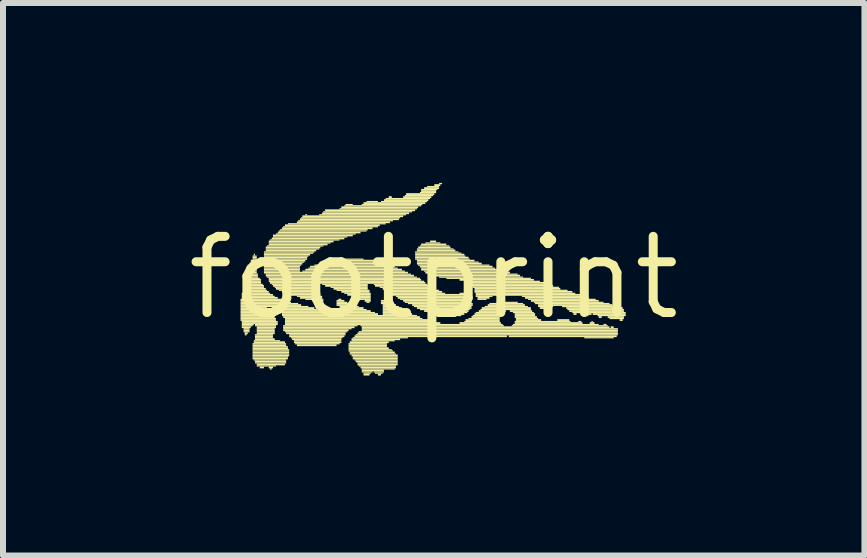
<source format=kicad_pcb>
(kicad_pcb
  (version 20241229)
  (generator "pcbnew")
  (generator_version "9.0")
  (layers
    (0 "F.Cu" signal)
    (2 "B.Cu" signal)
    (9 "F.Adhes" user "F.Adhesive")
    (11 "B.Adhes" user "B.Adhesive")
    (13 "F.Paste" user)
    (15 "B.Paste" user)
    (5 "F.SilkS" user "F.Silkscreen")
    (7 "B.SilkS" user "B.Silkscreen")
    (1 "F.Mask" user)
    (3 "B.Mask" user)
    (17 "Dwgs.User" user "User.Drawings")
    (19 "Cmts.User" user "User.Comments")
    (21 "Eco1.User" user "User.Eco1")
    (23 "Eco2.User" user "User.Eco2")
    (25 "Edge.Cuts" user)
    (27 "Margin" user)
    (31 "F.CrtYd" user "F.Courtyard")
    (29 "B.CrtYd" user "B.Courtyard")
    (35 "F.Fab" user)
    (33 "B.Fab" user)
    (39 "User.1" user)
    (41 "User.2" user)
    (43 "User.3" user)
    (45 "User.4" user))
  (footprint "footprint"
    (layer "F.Cu")
    (at 4.18 1.58)
    (property "Reference" "footprint" (at 0 0 0) (layer "F.SilkS") (effects (font (size 1.27 1.27) (thickness 0.15))))
    (fp_poly (pts (xy -3.22 0.37) (xy -2.53 0.37) (xy -2.53 0.35) (xy -3.22 0.35)) (stroke (width 0) (type solid)) (fill yes) (layer "F.SilkS"))
    (fp_poly (pts (xy -3.22 0.4) (xy -2.48 0.4) (xy -2.48 0.37) (xy -3.22 0.37)) (stroke (width 0) (type solid)) (fill yes) (layer "F.SilkS"))
    (fp_poly (pts (xy -3.22 0.42) (xy -2.38 0.42) (xy -2.38 0.4) (xy -3.22 0.4)) (stroke (width 0) (type solid)) (fill yes) (layer "F.SilkS"))
    (fp_poly (pts (xy -3.22 0.44) (xy -2.26 0.44) (xy -2.26 0.42) (xy -3.22 0.42)) (stroke (width 0) (type solid)) (fill yes) (layer "F.SilkS"))
    (fp_poly (pts (xy -3.22 0.47) (xy -2.21 0.47) (xy -2.21 0.44) (xy -3.22 0.44)) (stroke (width 0) (type solid)) (fill yes) (layer "F.SilkS"))
    (fp_poly (pts (xy -3.22 0.49) (xy -2.09 0.49) (xy -2.09 0.47) (xy -3.22 0.47)) (stroke (width 0) (type solid)) (fill yes) (layer "F.SilkS"))
    (fp_poly (pts (xy -3.22 0.52) (xy -2.78 0.52) (xy -2.78 0.49) (xy -3.22 0.49)) (stroke (width 0) (type solid)) (fill yes) (layer "F.SilkS"))
    (fp_poly (pts (xy -3.22 0.54) (xy -2.8 0.54) (xy -2.8 0.52) (xy -3.22 0.52)) (stroke (width 0) (type solid)) (fill yes) (layer "F.SilkS"))
    (fp_poly (pts (xy -3.22 0.57) (xy -2.78 0.57) (xy -2.78 0.54) (xy -3.22 0.54)) (stroke (width 0) (type solid)) (fill yes) (layer "F.SilkS"))
    (fp_poly (pts (xy -3.22 0.59) (xy -2.75 0.59) (xy -2.75 0.57) (xy -3.22 0.57)) (stroke (width 0) (type solid)) (fill yes) (layer "F.SilkS"))
    (fp_poly (pts (xy -3.22 0.62) (xy -2.73 0.62) (xy -2.73 0.59) (xy -3.22 0.59)) (stroke (width 0) (type solid)) (fill yes) (layer "F.SilkS"))
    (fp_poly (pts (xy -3.22 0.64) (xy -2.68 0.64) (xy -2.68 0.62) (xy -3.22 0.62)) (stroke (width 0) (type solid)) (fill yes) (layer "F.SilkS"))
    (fp_poly (pts (xy -3.22 0.67) (xy -2.65 0.67) (xy -2.65 0.64) (xy -3.22 0.64)) (stroke (width 0) (type solid)) (fill yes) (layer "F.SilkS"))
    (fp_poly (pts (xy -3.22 0.69) (xy -2.63 0.69) (xy -2.63 0.67) (xy -3.22 0.67)) (stroke (width 0) (type solid)) (fill yes) (layer "F.SilkS"))
    (fp_poly (pts (xy -3.22 0.72) (xy -2.63 0.72) (xy -2.63 0.69) (xy -3.22 0.69)) (stroke (width 0) (type solid)) (fill yes) (layer "F.SilkS"))
    (fp_poly (pts (xy -3.2 0.27) (xy -2.73 0.27) (xy -2.73 0.25) (xy -3.2 0.25)) (stroke (width 0) (type solid)) (fill yes) (layer "F.SilkS"))
    (fp_poly (pts (xy -3.2 0.3) (xy -2.68 0.3) (xy -2.68 0.27) (xy -3.2 0.27)) (stroke (width 0) (type solid)) (fill yes) (layer "F.SilkS"))
    (fp_poly (pts (xy -3.2 0.32) (xy -2.65 0.32) (xy -2.65 0.3) (xy -3.2 0.3)) (stroke (width 0) (type solid)) (fill yes) (layer "F.SilkS"))
    (fp_poly (pts (xy -3.2 0.35) (xy -2.6 0.35) (xy -2.6 0.32) (xy -3.2 0.32)) (stroke (width 0) (type solid)) (fill yes) (layer "F.SilkS"))
    (fp_poly (pts (xy -3.2 0.74) (xy -2.6 0.74) (xy -2.6 0.72) (xy -3.2 0.72)) (stroke (width 0) (type solid)) (fill yes) (layer "F.SilkS"))
    (fp_poly (pts (xy -3.2 0.77) (xy -2.6 0.77) (xy -2.6 0.74) (xy -3.2 0.74)) (stroke (width 0) (type solid)) (fill yes) (layer "F.SilkS"))
    (fp_poly (pts (xy -3.2 0.79) (xy -3 0.79) (xy -3 0.77) (xy -3.2 0.77)) (stroke (width 0) (type solid)) (fill yes) (layer "F.SilkS"))
    (fp_poly (pts (xy -3.2 0.81) (xy -3.02 0.81) (xy -3.02 0.79) (xy -3.2 0.79)) (stroke (width 0) (type solid)) (fill yes) (layer "F.SilkS"))
    (fp_poly (pts (xy -3.2 0.84) (xy -3.05 0.84) (xy -3.05 0.81) (xy -3.2 0.81)) (stroke (width 0) (type solid)) (fill yes) (layer "F.SilkS"))
    (fp_poly (pts (xy -3.17 0.05) (xy -2.88 0.05) (xy -2.88 0.02) (xy -3.17 0.02)) (stroke (width 0) (type solid)) (fill yes) (layer "F.SilkS"))
    (fp_poly (pts (xy -3.17 0.07) (xy -2.88 0.07) (xy -2.88 0.05) (xy -3.17 0.05)) (stroke (width 0) (type solid)) (fill yes) (layer "F.SilkS"))
    (fp_poly (pts (xy -3.17 0.1) (xy -2.88 0.1) (xy -2.88 0.07) (xy -3.17 0.07)) (stroke (width 0) (type solid)) (fill yes) (layer "F.SilkS"))
    (fp_poly (pts (xy -3.17 0.12) (xy -2.85 0.12) (xy -2.85 0.1) (xy -3.17 0.1)) (stroke (width 0) (type solid)) (fill yes) (layer "F.SilkS"))
    (fp_poly (pts (xy -3.17 0.15) (xy -2.83 0.15) (xy -2.83 0.12) (xy -3.17 0.12)) (stroke (width 0) (type solid)) (fill yes) (layer "F.SilkS"))
    (fp_poly (pts (xy -3.17 0.17) (xy -2.83 0.17) (xy -2.83 0.15) (xy -3.17 0.15)) (stroke (width 0) (type solid)) (fill yes) (layer "F.SilkS"))
    (fp_poly (pts (xy -3.17 0.2) (xy -2.8 0.2) (xy -2.8 0.17) (xy -3.17 0.17)) (stroke (width 0) (type solid)) (fill yes) (layer "F.SilkS"))
    (fp_poly (pts (xy -3.17 0.22) (xy -2.78 0.22) (xy -2.78 0.2) (xy -3.17 0.2)) (stroke (width 0) (type solid)) (fill yes) (layer "F.SilkS"))
    (fp_poly (pts (xy -3.17 0.25) (xy -2.75 0.25) (xy -2.75 0.22) (xy -3.17 0.22)) (stroke (width 0) (type solid)) (fill yes) (layer "F.SilkS"))
    (fp_poly (pts (xy -3.17 0.86) (xy -3.07 0.86) (xy -3.07 0.84) (xy -3.17 0.84)) (stroke (width 0) (type solid)) (fill yes) (layer "F.SilkS"))
    (fp_poly (pts (xy -3.17 0.89) (xy -3.07 0.89) (xy -3.07 0.86) (xy -3.17 0.86)) (stroke (width 0) (type solid)) (fill yes) (layer "F.SilkS"))
    (fp_poly (pts (xy -3.17 0.91) (xy -3.07 0.91) (xy -3.07 0.89) (xy -3.17 0.89)) (stroke (width 0) (type solid)) (fill yes) (layer "F.SilkS"))
    (fp_poly (pts (xy -3.15 0) (xy -2.93 0) (xy -2.93 -0.02) (xy -3.15 -0.02)) (stroke (width 0) (type solid)) (fill yes) (layer "F.SilkS"))
    (fp_poly (pts (xy -3.15 0.02) (xy -2.9 0.02) (xy -2.9 0) (xy -3.15 0)) (stroke (width 0) (type solid)) (fill yes) (layer "F.SilkS"))
    (fp_poly (pts (xy -3.15 0.94) (xy -3.1 0.94) (xy -3.1 0.91) (xy -3.15 0.91)) (stroke (width 0) (type solid)) (fill yes) (layer "F.SilkS"))
    (fp_poly (pts (xy -3.15 0.96) (xy -3.12 0.96) (xy -3.12 0.94) (xy -3.15 0.94)) (stroke (width 0) (type solid)) (fill yes) (layer "F.SilkS"))
    (fp_poly (pts (xy -3.12 -0.07) (xy -2.95 -0.07) (xy -2.95 -0.1) (xy -3.12 -0.1)) (stroke (width 0) (type solid)) (fill yes) (layer "F.SilkS"))
    (fp_poly (pts (xy -3.12 -0.05) (xy -2.93 -0.05) (xy -2.93 -0.07) (xy -3.12 -0.07)) (stroke (width 0) (type solid)) (fill yes) (layer "F.SilkS"))
    (fp_poly (pts (xy -3.12 -0.02) (xy -2.93 -0.02) (xy -2.93 -0.05) (xy -3.12 -0.05)) (stroke (width 0) (type solid)) (fill yes) (layer "F.SilkS"))
    (fp_poly (pts (xy -3.1 -0.2) (xy -2.95 -0.2) (xy -2.95 -0.22) (xy -3.1 -0.22)) (stroke (width 0) (type solid)) (fill yes) (layer "F.SilkS"))
    (fp_poly (pts (xy -3.1 -0.17) (xy -2.95 -0.17) (xy -2.95 -0.2) (xy -3.1 -0.2)) (stroke (width 0) (type solid)) (fill yes) (layer "F.SilkS"))
    (fp_poly (pts (xy -3.1 -0.15) (xy -2.95 -0.15) (xy -2.95 -0.17) (xy -3.1 -0.17)) (stroke (width 0) (type solid)) (fill yes) (layer "F.SilkS"))
    (fp_poly (pts (xy -3.1 -0.12) (xy -2.95 -0.12) (xy -2.95 -0.15) (xy -3.1 -0.15)) (stroke (width 0) (type solid)) (fill yes) (layer "F.SilkS"))
    (fp_poly (pts (xy -3.1 -0.1) (xy -2.95 -0.1) (xy -2.95 -0.12) (xy -3.1 -0.12)) (stroke (width 0) (type solid)) (fill yes) (layer "F.SilkS"))
    (fp_poly (pts (xy -3.07 -0.22) (xy -2.95 -0.22) (xy -2.95 -0.25) (xy -3.07 -0.25)) (stroke (width 0) (type solid)) (fill yes) (layer "F.SilkS"))
    (fp_poly (pts (xy -3.05 -0.27) (xy -2.95 -0.27) (xy -2.95 -0.3) (xy -3.05 -0.3)) (stroke (width 0) (type solid)) (fill yes) (layer "F.SilkS"))
    (fp_poly (pts (xy -3.05 -0.25) (xy -2.95 -0.25) (xy -2.95 -0.27) (xy -3.05 -0.27)) (stroke (width 0) (type solid)) (fill yes) (layer "F.SilkS"))
    (fp_poly (pts (xy -3.02 -0.35) (xy -2.95 -0.35) (xy -2.95 -0.37) (xy -3.02 -0.37)) (stroke (width 0) (type solid)) (fill yes) (layer "F.SilkS"))
    (fp_poly (pts (xy -3.02 -0.32) (xy -2.95 -0.32) (xy -2.95 -0.35) (xy -3.02 -0.35)) (stroke (width 0) (type solid)) (fill yes) (layer "F.SilkS"))
    (fp_poly (pts (xy -3.02 -0.3) (xy -2.95 -0.3) (xy -2.95 -0.32) (xy -3.02 -0.32)) (stroke (width 0) (type solid)) (fill yes) (layer "F.SilkS"))
    (fp_poly (pts (xy -3.02 1.11) (xy -2.46 1.11) (xy -2.46 1.09) (xy -3.02 1.09)) (stroke (width 0) (type solid)) (fill yes) (layer "F.SilkS"))
    (fp_poly (pts (xy -3.02 1.14) (xy -2.46 1.14) (xy -2.46 1.11) (xy -3.02 1.11)) (stroke (width 0) (type solid)) (fill yes) (layer "F.SilkS"))
    (fp_poly (pts (xy -3.02 1.16) (xy -2.43 1.16) (xy -2.43 1.14) (xy -3.02 1.14)) (stroke (width 0) (type solid)) (fill yes) (layer "F.SilkS"))
    (fp_poly (pts (xy -3.02 1.19) (xy -2.43 1.19) (xy -2.43 1.16) (xy -3.02 1.16)) (stroke (width 0) (type solid)) (fill yes) (layer "F.SilkS"))
    (fp_poly (pts (xy -3.02 1.21) (xy -2.41 1.21) (xy -2.41 1.19) (xy -3.02 1.19)) (stroke (width 0) (type solid)) (fill yes) (layer "F.SilkS"))
    (fp_poly (pts (xy -3.02 1.23) (xy -2.41 1.23) (xy -2.41 1.21) (xy -3.02 1.21)) (stroke (width 0) (type solid)) (fill yes) (layer "F.SilkS"))
    (fp_poly (pts (xy -3.02 1.26) (xy -2.41 1.26) (xy -2.41 1.23) (xy -3.02 1.23)) (stroke (width 0) (type solid)) (fill yes) (layer "F.SilkS"))
    (fp_poly (pts (xy -3.02 1.28) (xy -2.41 1.28) (xy -2.41 1.26) (xy -3.02 1.26)) (stroke (width 0) (type solid)) (fill yes) (layer "F.SilkS"))
    (fp_poly (pts (xy -3.02 1.31) (xy -2.41 1.31) (xy -2.41 1.28) (xy -3.02 1.28)) (stroke (width 0) (type solid)) (fill yes) (layer "F.SilkS"))
    (fp_poly (pts (xy -3.02 1.33) (xy -2.43 1.33) (xy -2.43 1.31) (xy -3.02 1.31)) (stroke (width 0) (type solid)) (fill yes) (layer "F.SilkS"))
    (fp_poly (pts (xy -3.02 1.36) (xy -2.43 1.36) (xy -2.43 1.33) (xy -3.02 1.33)) (stroke (width 0) (type solid)) (fill yes) (layer "F.SilkS"))
    (fp_poly (pts (xy -3 -0.37) (xy -2.98 -0.37) (xy -2.98 -0.4) (xy -3 -0.4)) (stroke (width 0) (type solid)) (fill yes) (layer "F.SilkS"))
    (fp_poly (pts (xy -3 1.06) (xy -2.56 1.06) (xy -2.56 1.04) (xy -3 1.04)) (stroke (width 0) (type solid)) (fill yes) (layer "F.SilkS"))
    (fp_poly (pts (xy -3 1.09) (xy -2.48 1.09) (xy -2.48 1.06) (xy -3 1.06)) (stroke (width 0) (type solid)) (fill yes) (layer "F.SilkS"))
    (fp_poly (pts (xy -3 1.38) (xy -2.46 1.38) (xy -2.46 1.36) (xy -3 1.36)) (stroke (width 0) (type solid)) (fill yes) (layer "F.SilkS"))
    (fp_poly (pts (xy -2.98 0.79) (xy -2.6 0.79) (xy -2.6 0.77) (xy -2.98 0.77)) (stroke (width 0) (type solid)) (fill yes) (layer "F.SilkS"))
    (fp_poly (pts (xy -2.98 0.81) (xy -2.63 0.81) (xy -2.63 0.79) (xy -2.98 0.79)) (stroke (width 0) (type solid)) (fill yes) (layer "F.SilkS"))
    (fp_poly (pts (xy -2.98 0.96) (xy -2.68 0.96) (xy -2.68 0.94) (xy -2.98 0.94)) (stroke (width 0) (type solid)) (fill yes) (layer "F.SilkS"))
    (fp_poly (pts (xy -2.98 0.99) (xy -2.68 0.99) (xy -2.68 0.96) (xy -2.98 0.96)) (stroke (width 0) (type solid)) (fill yes) (layer "F.SilkS"))
    (fp_poly (pts (xy -2.98 1.01) (xy -2.68 1.01) (xy -2.68 0.99) (xy -2.98 0.99)) (stroke (width 0) (type solid)) (fill yes) (layer "F.SilkS"))
    (fp_poly (pts (xy -2.98 1.04) (xy -2.65 1.04) (xy -2.65 1.01) (xy -2.98 1.01)) (stroke (width 0) (type solid)) (fill yes) (layer "F.SilkS"))
    (fp_poly (pts (xy -2.98 1.41) (xy -2.46 1.41) (xy -2.46 1.38) (xy -2.98 1.38)) (stroke (width 0) (type solid)) (fill yes) (layer "F.SilkS"))
    (fp_poly (pts (xy -2.98 1.43) (xy -2.46 1.43) (xy -2.46 1.41) (xy -2.98 1.41)) (stroke (width 0) (type solid)) (fill yes) (layer "F.SilkS"))
    (fp_poly (pts (xy -2.95 0.84) (xy -2.63 0.84) (xy -2.63 0.81) (xy -2.95 0.81)) (stroke (width 0) (type solid)) (fill yes) (layer "F.SilkS"))
    (fp_poly (pts (xy -2.95 0.86) (xy -2.65 0.86) (xy -2.65 0.84) (xy -2.95 0.84)) (stroke (width 0) (type solid)) (fill yes) (layer "F.SilkS"))
    (fp_poly (pts (xy -2.95 0.89) (xy -2.65 0.89) (xy -2.65 0.86) (xy -2.95 0.86)) (stroke (width 0) (type solid)) (fill yes) (layer "F.SilkS"))
    (fp_poly (pts (xy -2.95 0.91) (xy -2.65 0.91) (xy -2.65 0.89) (xy -2.95 0.89)) (stroke (width 0) (type solid)) (fill yes) (layer "F.SilkS"))
    (fp_poly (pts (xy -2.95 0.94) (xy -2.65 0.94) (xy -2.65 0.91) (xy -2.95 0.91)) (stroke (width 0) (type solid)) (fill yes) (layer "F.SilkS"))
    (fp_poly (pts (xy -2.95 1.46) (xy -2.48 1.46) (xy -2.48 1.43) (xy -2.95 1.43)) (stroke (width 0) (type solid)) (fill yes) (layer "F.SilkS"))
    (fp_poly (pts (xy -2.95 1.48) (xy -2.63 1.48) (xy -2.63 1.46) (xy -2.95 1.46)) (stroke (width 0) (type solid)) (fill yes) (layer "F.SilkS"))
    (fp_poly (pts (xy -2.9 1.51) (xy -2.83 1.51) (xy -2.83 1.48) (xy -2.9 1.48)) (stroke (width 0) (type solid)) (fill yes) (layer "F.SilkS"))
    (fp_poly (pts (xy -2.83 -0.42) (xy -1.99 -0.42) (xy -1.99 -0.44) (xy -2.83 -0.44)) (stroke (width 0) (type solid)) (fill yes) (layer "F.SilkS"))
    (fp_poly (pts (xy -2.83 -0.4) (xy -2.01 -0.4) (xy -2.01 -0.42) (xy -2.83 -0.42)) (stroke (width 0) (type solid)) (fill yes) (layer "F.SilkS"))
    (fp_poly (pts (xy -2.83 -0.37) (xy -2.06 -0.37) (xy -2.06 -0.4) (xy -2.83 -0.4)) (stroke (width 0) (type solid)) (fill yes) (layer "F.SilkS"))
    (fp_poly (pts (xy -2.83 -0.35) (xy -2.09 -0.35) (xy -2.09 -0.37) (xy -2.83 -0.37)) (stroke (width 0) (type solid)) (fill yes) (layer "F.SilkS"))
    (fp_poly (pts (xy -2.83 -0.32) (xy -2.11 -0.32) (xy -2.11 -0.35) (xy -2.83 -0.35)) (stroke (width 0) (type solid)) (fill yes) (layer "F.SilkS"))
    (fp_poly (pts (xy -2.83 -0.3) (xy -2.11 -0.3) (xy -2.11 -0.32) (xy -2.83 -0.32)) (stroke (width 0) (type solid)) (fill yes) (layer "F.SilkS"))
    (fp_poly (pts (xy -2.83 -0.27) (xy -2.14 -0.27) (xy -2.14 -0.3) (xy -2.83 -0.3)) (stroke (width 0) (type solid)) (fill yes) (layer "F.SilkS"))
    (fp_poly (pts (xy -2.83 -0.25) (xy -2.16 -0.25) (xy -2.16 -0.27) (xy -2.83 -0.27)) (stroke (width 0) (type solid)) (fill yes) (layer "F.SilkS"))
    (fp_poly (pts (xy -2.83 -0.22) (xy -2.19 -0.22) (xy -2.19 -0.25) (xy -2.83 -0.25)) (stroke (width 0) (type solid)) (fill yes) (layer "F.SilkS"))
    (fp_poly (pts (xy -2.83 -0.2) (xy -2.21 -0.2) (xy -2.21 -0.22) (xy -2.83 -0.22)) (stroke (width 0) (type solid)) (fill yes) (layer "F.SilkS"))
    (fp_poly (pts (xy -2.83 -0.17) (xy -2.23 -0.17) (xy -2.23 -0.2) (xy -2.83 -0.2)) (stroke (width 0) (type solid)) (fill yes) (layer "F.SilkS"))
    (fp_poly (pts (xy -2.83 -0.15) (xy -2.23 -0.15) (xy -2.23 -0.17) (xy -2.83 -0.17)) (stroke (width 0) (type solid)) (fill yes) (layer "F.SilkS"))
    (fp_poly (pts (xy -2.83 -0.12) (xy -2.23 -0.12) (xy -2.23 -0.15) (xy -2.83 -0.15)) (stroke (width 0) (type solid)) (fill yes) (layer "F.SilkS"))
    (fp_poly (pts (xy -2.83 -0.1) (xy -2.23 -0.1) (xy -2.23 -0.12) (xy -2.83 -0.12)) (stroke (width 0) (type solid)) (fill yes) (layer "F.SilkS"))
    (fp_poly (pts (xy -2.83 -0.07) (xy -0.43 -0.07) (xy -0.43 -0.1) (xy -2.83 -0.1)) (stroke (width 0) (type solid)) (fill yes) (layer "F.SilkS"))
    (fp_poly (pts (xy -2.8 -0.49) (xy -1.89 -0.49) (xy -1.89 -0.52) (xy -2.8 -0.52)) (stroke (width 0) (type solid)) (fill yes) (layer "F.SilkS"))
    (fp_poly (pts (xy -2.8 -0.47) (xy -1.91 -0.47) (xy -1.91 -0.49) (xy -2.8 -0.49)) (stroke (width 0) (type solid)) (fill yes) (layer "F.SilkS"))
    (fp_poly (pts (xy -2.8 -0.44) (xy -1.96 -0.44) (xy -1.96 -0.47) (xy -2.8 -0.47)) (stroke (width 0) (type solid)) (fill yes) (layer "F.SilkS"))
    (fp_poly (pts (xy -2.8 -0.05) (xy -0.38 -0.05) (xy -0.38 -0.07) (xy -2.8 -0.07)) (stroke (width 0) (type solid)) (fill yes) (layer "F.SilkS"))
    (fp_poly (pts (xy -2.8 -0.02) (xy -0.33 -0.02) (xy -0.33 -0.05) (xy -2.8 -0.05)) (stroke (width 0) (type solid)) (fill yes) (layer "F.SilkS"))
    (fp_poly (pts (xy -2.78 -0.52) (xy -1.84 -0.52) (xy -1.84 -0.54) (xy -2.78 -0.54)) (stroke (width 0) (type solid)) (fill yes) (layer "F.SilkS"))
    (fp_poly (pts (xy -2.78 0) (xy -0.28 0) (xy -0.28 -0.02) (xy -2.78 -0.02)) (stroke (width 0) (type solid)) (fill yes) (layer "F.SilkS"))
    (fp_poly (pts (xy -2.75 -0.59) (xy -1.67 -0.59) (xy -1.67 -0.62) (xy -2.75 -0.62)) (stroke (width 0) (type solid)) (fill yes) (layer "F.SilkS"))
    (fp_poly (pts (xy -2.75 -0.57) (xy -1.72 -0.57) (xy -1.72 -0.59) (xy -2.75 -0.59)) (stroke (width 0) (type solid)) (fill yes) (layer "F.SilkS"))
    (fp_poly (pts (xy -2.75 -0.54) (xy -1.77 -0.54) (xy -1.77 -0.57) (xy -2.75 -0.57)) (stroke (width 0) (type solid)) (fill yes) (layer "F.SilkS"))
    (fp_poly (pts (xy -2.75 0.02) (xy -0.23 0.02) (xy -0.23 0) (xy -2.75 0)) (stroke (width 0) (type solid)) (fill yes) (layer "F.SilkS"))
    (fp_poly (pts (xy -2.75 0.05) (xy -0.21 0.05) (xy -0.21 0.02) (xy -2.75 0.02)) (stroke (width 0) (type solid)) (fill yes) (layer "F.SilkS"))
    (fp_poly (pts (xy -2.75 0.07) (xy -0.16 0.07) (xy -0.16 0.05) (xy -2.75 0.05)) (stroke (width 0) (type solid)) (fill yes) (layer "F.SilkS"))
    (fp_poly (pts (xy -2.75 1.51) (xy -2.68 1.51) (xy -2.68 1.48) (xy -2.75 1.48)) (stroke (width 0) (type solid)) (fill yes) (layer "F.SilkS"))
    (fp_poly (pts (xy -2.73 -0.62) (xy -1.57 -0.62) (xy -1.57 -0.64) (xy -2.73 -0.64)) (stroke (width 0) (type solid)) (fill yes) (layer "F.SilkS"))
    (fp_poly (pts (xy -2.73 0.1) (xy -1.94 0.1) (xy -1.94 0.07) (xy -2.73 0.07)) (stroke (width 0) (type solid)) (fill yes) (layer "F.SilkS"))
    (fp_poly (pts (xy -2.73 1.53) (xy -2.7 1.53) (xy -2.7 1.51) (xy -2.73 1.51)) (stroke (width 0) (type solid)) (fill yes) (layer "F.SilkS"))
    (fp_poly (pts (xy -2.7 -0.64) (xy -1.49 -0.64) (xy -1.49 -0.67) (xy -2.7 -0.67)) (stroke (width 0) (type solid)) (fill yes) (layer "F.SilkS"))
    (fp_poly (pts (xy -2.7 0.12) (xy -1.96 0.12) (xy -1.96 0.1) (xy -2.7 0.1)) (stroke (width 0) (type solid)) (fill yes) (layer "F.SilkS"))
    (fp_poly (pts (xy -2.7 0.52) (xy -1.99 0.52) (xy -1.99 0.49) (xy -2.7 0.49)) (stroke (width 0) (type solid)) (fill yes) (layer "F.SilkS"))
    (fp_poly (pts (xy -2.68 -0.69) (xy -1.35 -0.69) (xy -1.35 -0.72) (xy -2.68 -0.72)) (stroke (width 0) (type solid)) (fill yes) (layer "F.SilkS"))
    (fp_poly (pts (xy -2.68 -0.67) (xy -1.44 -0.67) (xy -1.44 -0.69) (xy -2.68 -0.69)) (stroke (width 0) (type solid)) (fill yes) (layer "F.SilkS"))
    (fp_poly (pts (xy -2.68 0.15) (xy -1.96 0.15) (xy -1.96 0.12) (xy -2.68 0.12)) (stroke (width 0) (type solid)) (fill yes) (layer "F.SilkS"))
    (fp_poly (pts (xy -2.65 0.17) (xy -1.96 0.17) (xy -1.96 0.15) (xy -2.65 0.15)) (stroke (width 0) (type solid)) (fill yes) (layer "F.SilkS"))
    (fp_poly (pts (xy -2.65 0.54) (xy -1.94 0.54) (xy -1.94 0.52) (xy -2.65 0.52)) (stroke (width 0) (type solid)) (fill yes) (layer "F.SilkS"))
    (fp_poly (pts (xy -2.63 -0.72) (xy -1.3 -0.72) (xy -1.3 -0.74) (xy -2.63 -0.74)) (stroke (width 0) (type solid)) (fill yes) (layer "F.SilkS"))
    (fp_poly (pts (xy -2.63 0.2) (xy -1.94 0.2) (xy -1.94 0.17) (xy -2.63 0.17)) (stroke (width 0) (type solid)) (fill yes) (layer "F.SilkS"))
    (fp_poly (pts (xy -2.6 -0.74) (xy -1.22 -0.74) (xy -1.22 -0.77) (xy -2.6 -0.77)) (stroke (width 0) (type solid)) (fill yes) (layer "F.SilkS"))
    (fp_poly (pts (xy -2.6 0.57) (xy -1.79 0.57) (xy -1.79 0.54) (xy -2.6 0.54)) (stroke (width 0) (type solid)) (fill yes) (layer "F.SilkS"))
    (fp_poly (pts (xy -2.58 -0.77) (xy -1.12 -0.77) (xy -1.12 -0.79) (xy -2.58 -0.79)) (stroke (width 0) (type solid)) (fill yes) (layer "F.SilkS"))
    (fp_poly (pts (xy -2.58 0.22) (xy -1.91 0.22) (xy -1.91 0.2) (xy -2.58 0.2)) (stroke (width 0) (type solid)) (fill yes) (layer "F.SilkS"))
    (fp_poly (pts (xy -2.56 -0.79) (xy -1.1 -0.79) (xy -1.1 -0.81) (xy -2.56 -0.81)) (stroke (width 0) (type solid)) (fill yes) (layer "F.SilkS"))
    (fp_poly (pts (xy -2.56 0.59) (xy -1.69 0.59) (xy -1.69 0.57) (xy -2.56 0.57)) (stroke (width 0) (type solid)) (fill yes) (layer "F.SilkS"))
    (fp_poly (pts (xy -2.53 -0.81) (xy -1.02 -0.81) (xy -1.02 -0.84) (xy -2.53 -0.84)) (stroke (width 0) (type solid)) (fill yes) (layer "F.SilkS"))
    (fp_poly (pts (xy -2.53 0.25) (xy -1.91 0.25) (xy -1.91 0.22) (xy -2.53 0.22)) (stroke (width 0) (type solid)) (fill yes) (layer "F.SilkS"))
    (fp_poly (pts (xy -2.53 0.62) (xy -1.64 0.62) (xy -1.64 0.59) (xy -2.53 0.59)) (stroke (width 0) (type solid)) (fill yes) (layer "F.SilkS"))
    (fp_poly (pts (xy -2.53 0.64) (xy -0.28 0.64) (xy -0.28 0.62) (xy -2.53 0.62)) (stroke (width 0) (type solid)) (fill yes) (layer "F.SilkS"))
    (fp_poly (pts (xy -2.51 -0.84) (xy -0.93 -0.84) (xy -0.93 -0.86) (xy -2.51 -0.86)) (stroke (width 0) (type solid)) (fill yes) (layer "F.SilkS"))
    (fp_poly (pts (xy -2.51 0.67) (xy -0.23 0.67) (xy -0.23 0.64) (xy -2.51 0.64)) (stroke (width 0) (type solid)) (fill yes) (layer "F.SilkS"))
    (fp_poly (pts (xy -2.51 0.81) (xy -1.27 0.81) (xy -1.27 0.79) (xy -2.51 0.79)) (stroke (width 0) (type solid)) (fill yes) (layer "F.SilkS"))
    (fp_poly (pts (xy -2.51 0.84) (xy -1.32 0.84) (xy -1.32 0.81) (xy -2.51 0.81)) (stroke (width 0) (type solid)) (fill yes) (layer "F.SilkS"))
    (fp_poly (pts (xy -2.51 0.86) (xy -1.37 0.86) (xy -1.37 0.84) (xy -2.51 0.84)) (stroke (width 0) (type solid)) (fill yes) (layer "F.SilkS"))
    (fp_poly (pts (xy -2.51 0.89) (xy -1.42 0.89) (xy -1.42 0.86) (xy -2.51 0.86)) (stroke (width 0) (type solid)) (fill yes) (layer "F.SilkS"))
    (fp_poly (pts (xy -2.48 -0.86) (xy -0.9 -0.86) (xy -0.9 -0.89) (xy -2.48 -0.89)) (stroke (width 0) (type solid)) (fill yes) (layer "F.SilkS"))
    (fp_poly (pts (xy -2.48 0.27) (xy -1.89 0.27) (xy -1.89 0.25) (xy -2.48 0.25)) (stroke (width 0) (type solid)) (fill yes) (layer "F.SilkS"))
    (fp_poly (pts (xy -2.48 0.69) (xy -0.19 0.69) (xy -0.19 0.67) (xy -2.48 0.67)) (stroke (width 0) (type solid)) (fill yes) (layer "F.SilkS"))
    (fp_poly (pts (xy -2.48 0.72) (xy -0.06 0.72) (xy -0.06 0.69) (xy -2.48 0.69)) (stroke (width 0) (type solid)) (fill yes) (layer "F.SilkS"))
    (fp_poly (pts (xy -2.48 0.74) (xy 0.01 0.74) (xy 0.01 0.72) (xy -2.48 0.72)) (stroke (width 0) (type solid)) (fill yes) (layer "F.SilkS"))
    (fp_poly (pts (xy -2.48 0.77) (xy 0.11 0.77) (xy 0.11 0.74) (xy -2.48 0.74)) (stroke (width 0) (type solid)) (fill yes) (layer "F.SilkS"))
    (fp_poly (pts (xy -2.48 0.79) (xy 1.15 0.79) (xy 1.15 0.77) (xy -2.48 0.77)) (stroke (width 0) (type solid)) (fill yes) (layer "F.SilkS"))
    (fp_poly (pts (xy -2.48 0.91) (xy -1.44 0.91) (xy -1.44 0.89) (xy -2.48 0.89)) (stroke (width 0) (type solid)) (fill yes) (layer "F.SilkS"))
    (fp_poly (pts (xy -2.46 0.94) (xy -1.47 0.94) (xy -1.47 0.91) (xy -2.46 0.91)) (stroke (width 0) (type solid)) (fill yes) (layer "F.SilkS"))
    (fp_poly (pts (xy -2.43 -0.89) (xy -0.8 -0.89) (xy -0.8 -0.91) (xy -2.43 -0.91)) (stroke (width 0) (type solid)) (fill yes) (layer "F.SilkS"))
    (fp_poly (pts (xy -2.43 0.3) (xy -1.89 0.3) (xy -1.89 0.27) (xy -2.43 0.27)) (stroke (width 0) (type solid)) (fill yes) (layer "F.SilkS"))
    (fp_poly (pts (xy -2.41 0.96) (xy -1.47 0.96) (xy -1.47 0.94) (xy -2.41 0.94)) (stroke (width 0) (type solid)) (fill yes) (layer "F.SilkS"))
    (fp_poly (pts (xy -2.41 0.99) (xy -1.49 0.99) (xy -1.49 0.96) (xy -2.41 0.96)) (stroke (width 0) (type solid)) (fill yes) (layer "F.SilkS"))
    (fp_poly (pts (xy -2.38 1.01) (xy -1.52 1.01) (xy -1.52 0.99) (xy -2.38 0.99)) (stroke (width 0) (type solid)) (fill yes) (layer "F.SilkS"))
    (fp_poly (pts (xy -2.36 1.04) (xy -1.54 1.04) (xy -1.54 1.01) (xy -2.36 1.01)) (stroke (width 0) (type solid)) (fill yes) (layer "F.SilkS"))
    (fp_poly (pts (xy -2.33 1.06) (xy -1.54 1.06) (xy -1.54 1.04) (xy -2.33 1.04)) (stroke (width 0) (type solid)) (fill yes) (layer "F.SilkS"))
    (fp_poly (pts (xy -2.33 1.09) (xy -1.54 1.09) (xy -1.54 1.06) (xy -2.33 1.06)) (stroke (width 0) (type solid)) (fill yes) (layer "F.SilkS"))
    (fp_poly (pts (xy -2.31 1.11) (xy -1.57 1.11) (xy -1.57 1.09) (xy -2.31 1.09)) (stroke (width 0) (type solid)) (fill yes) (layer "F.SilkS"))
    (fp_poly (pts (xy -2.28 -0.91) (xy -0.73 -0.91) (xy -0.73 -0.94) (xy -2.28 -0.94)) (stroke (width 0) (type solid)) (fill yes) (layer "F.SilkS"))
    (fp_poly (pts (xy -2.28 0.32) (xy -1.86 0.32) (xy -1.86 0.3) (xy -2.28 0.3)) (stroke (width 0) (type solid)) (fill yes) (layer "F.SilkS"))
    (fp_poly (pts (xy -2.28 1.14) (xy -1.62 1.14) (xy -1.62 1.11) (xy -2.28 1.11)) (stroke (width 0) (type solid)) (fill yes) (layer "F.SilkS"))
    (fp_poly (pts (xy -2.26 -0.94) (xy -0.68 -0.94) (xy -0.68 -0.96) (xy -2.26 -0.96)) (stroke (width 0) (type solid)) (fill yes) (layer "F.SilkS"))
    (fp_poly (pts (xy -2.23 -0.96) (xy -0.58 -0.96) (xy -0.58 -0.99) (xy -2.23 -0.99)) (stroke (width 0) (type solid)) (fill yes) (layer "F.SilkS"))
    (fp_poly (pts (xy -2.23 0.35) (xy -1.86 0.35) (xy -1.86 0.32) (xy -2.23 0.32)) (stroke (width 0) (type solid)) (fill yes) (layer "F.SilkS"))
    (fp_poly (pts (xy -2.21 -0.99) (xy -0.56 -0.99) (xy -0.56 -1.01) (xy -2.21 -1.01)) (stroke (width 0) (type solid)) (fill yes) (layer "F.SilkS"))
    (fp_poly (pts (xy -2.19 -1.01) (xy -0.51 -1.01) (xy -0.51 -1.04) (xy -2.19 -1.04)) (stroke (width 0) (type solid)) (fill yes) (layer "F.SilkS"))
    (fp_poly (pts (xy -2.19 -0.1) (xy -0.48 -0.1) (xy -0.48 -0.12) (xy -2.19 -0.12)) (stroke (width 0) (type solid)) (fill yes) (layer "F.SilkS"))
    (fp_poly (pts (xy -2.14 -1.04) (xy -2.11 -1.04) (xy -2.11 -1.06) (xy -2.14 -1.06)) (stroke (width 0) (type solid)) (fill yes) (layer "F.SilkS"))
    (fp_poly (pts (xy -2.14 -0.12) (xy -0.53 -0.12) (xy -0.53 -0.15) (xy -2.14 -0.15)) (stroke (width 0) (type solid)) (fill yes) (layer "F.SilkS"))
    (fp_poly (pts (xy -2.14 0.37) (xy -1.84 0.37) (xy -1.84 0.35) (xy -2.14 0.35)) (stroke (width 0) (type solid)) (fill yes) (layer "F.SilkS"))
    (fp_poly (pts (xy -2.09 -0.15) (xy -0.6 -0.15) (xy -0.6 -0.17) (xy -2.09 -0.17)) (stroke (width 0) (type solid)) (fill yes) (layer "F.SilkS"))
    (fp_poly (pts (xy -2.06 -0.17) (xy -0.65 -0.17) (xy -0.65 -0.2) (xy -2.06 -0.2)) (stroke (width 0) (type solid)) (fill yes) (layer "F.SilkS"))
    (fp_poly (pts (xy -2.01 0.4) (xy -1.84 0.4) (xy -1.84 0.37) (xy -2.01 0.37)) (stroke (width 0) (type solid)) (fill yes) (layer "F.SilkS"))
    (fp_poly (pts (xy -1.99 -0.2) (xy -0.7 -0.2) (xy -0.7 -0.22) (xy -1.99 -0.22)) (stroke (width 0) (type solid)) (fill yes) (layer "F.SilkS"))
    (fp_poly (pts (xy -1.96 0.42) (xy -1.84 0.42) (xy -1.84 0.4) (xy -1.96 0.4)) (stroke (width 0) (type solid)) (fill yes) (layer "F.SilkS"))
    (fp_poly (pts (xy -1.91 -1.04) (xy -0.46 -1.04) (xy -0.46 -1.06) (xy -1.91 -1.06)) (stroke (width 0) (type solid)) (fill yes) (layer "F.SilkS"))
    (fp_poly (pts (xy -1.91 -0.22) (xy -0.83 -0.22) (xy -0.83 -0.25) (xy -1.91 -0.25)) (stroke (width 0) (type solid)) (fill yes) (layer "F.SilkS"))
    (fp_poly (pts (xy -1.91 0.1) (xy -0.14 0.1) (xy -0.14 0.07) (xy -1.91 0.07)) (stroke (width 0) (type solid)) (fill yes) (layer "F.SilkS"))
    (fp_poly (pts (xy -1.86 -1.06) (xy -0.41 -1.06) (xy -0.41 -1.09) (xy -1.86 -1.09)) (stroke (width 0) (type solid)) (fill yes) (layer "F.SilkS"))
    (fp_poly (pts (xy -1.86 -0.25) (xy -0.9 -0.25) (xy -0.9 -0.27) (xy -1.86 -0.27)) (stroke (width 0) (type solid)) (fill yes) (layer "F.SilkS"))
    (fp_poly (pts (xy -1.86 0.12) (xy -1.1 0.12) (xy -1.1 0.1) (xy -1.86 0.1)) (stroke (width 0) (type solid)) (fill yes) (layer "F.SilkS"))
    (fp_poly (pts (xy -1.84 -1.09) (xy -0.36 -1.09) (xy -0.36 -1.11) (xy -1.84 -1.11)) (stroke (width 0) (type solid)) (fill yes) (layer "F.SilkS"))
    (fp_poly (pts (xy -1.81 -1.11) (xy -0.31 -1.11) (xy -0.31 -1.14) (xy -1.81 -1.14)) (stroke (width 0) (type solid)) (fill yes) (layer "F.SilkS"))
    (fp_poly (pts (xy -1.81 0.15) (xy -1.1 0.15) (xy -1.1 0.12) (xy -1.81 0.12)) (stroke (width 0) (type solid)) (fill yes) (layer "F.SilkS"))
    (fp_poly (pts (xy -1.77 -0.27) (xy -0.98 -0.27) (xy -0.98 -0.3) (xy -1.77 -0.3)) (stroke (width 0) (type solid)) (fill yes) (layer "F.SilkS"))
    (fp_poly (pts (xy -1.72 0.17) (xy -1.1 0.17) (xy -1.1 0.15) (xy -1.72 0.15)) (stroke (width 0) (type solid)) (fill yes) (layer "F.SilkS"))
    (fp_poly (pts (xy -1.67 0.2) (xy -1.1 0.2) (xy -1.1 0.17) (xy -1.67 0.17)) (stroke (width 0) (type solid)) (fill yes) (layer "F.SilkS"))
    (fp_poly (pts (xy -1.62 0.22) (xy -1.07 0.22) (xy -1.07 0.2) (xy -1.62 0.2)) (stroke (width 0) (type solid)) (fill yes) (layer "F.SilkS"))
    (fp_poly (pts (xy -1.62 0.4) (xy -1.49 0.4) (xy -1.49 0.37) (xy -1.62 0.37)) (stroke (width 0) (type solid)) (fill yes) (layer "F.SilkS"))
    (fp_poly (pts (xy -1.62 0.42) (xy -1.44 0.42) (xy -1.44 0.4) (xy -1.62 0.4)) (stroke (width 0) (type solid)) (fill yes) (layer "F.SilkS"))
    (fp_poly (pts (xy -1.62 0.44) (xy -1.35 0.44) (xy -1.35 0.42) (xy -1.62 0.42)) (stroke (width 0) (type solid)) (fill yes) (layer "F.SilkS"))
    (fp_poly (pts (xy -1.62 0.47) (xy -1.32 0.47) (xy -1.32 0.44) (xy -1.62 0.44)) (stroke (width 0) (type solid)) (fill yes) (layer "F.SilkS"))
    (fp_poly (pts (xy -1.59 0.37) (xy -1.54 0.37) (xy -1.54 0.35) (xy -1.59 0.35)) (stroke (width 0) (type solid)) (fill yes) (layer "F.SilkS"))
    (fp_poly (pts (xy -1.57 -1.14) (xy -0.28 -1.14) (xy -0.28 -1.16) (xy -1.57 -1.16)) (stroke (width 0) (type solid)) (fill yes) (layer "F.SilkS"))
    (fp_poly (pts (xy -1.57 -0.3) (xy -1.17 -0.3) (xy -1.17 -0.32) (xy -1.57 -0.32)) (stroke (width 0) (type solid)) (fill yes) (layer "F.SilkS"))
    (fp_poly (pts (xy -1.57 0.49) (xy -1.25 0.49) (xy -1.25 0.47) (xy -1.57 0.47)) (stroke (width 0) (type solid)) (fill yes) (layer "F.SilkS"))
    (fp_poly (pts (xy -1.57 0.52) (xy -1.17 0.52) (xy -1.17 0.49) (xy -1.57 0.49)) (stroke (width 0) (type solid)) (fill yes) (layer "F.SilkS"))
    (fp_poly (pts (xy -1.57 0.54) (xy -1.12 0.54) (xy -1.12 0.52) (xy -1.57 0.52)) (stroke (width 0) (type solid)) (fill yes) (layer "F.SilkS"))
    (fp_poly (pts (xy -1.57 0.62) (xy -0.93 0.62) (xy -0.93 0.59) (xy -1.57 0.59)) (stroke (width 0) (type solid)) (fill yes) (layer "F.SilkS"))
    (fp_poly (pts (xy -1.54 -1.16) (xy -0.26 -1.16) (xy -0.26 -1.19) (xy -1.54 -1.19)) (stroke (width 0) (type solid)) (fill yes) (layer "F.SilkS"))
    (fp_poly (pts (xy -1.54 0.25) (xy -1.07 0.25) (xy -1.07 0.22) (xy -1.54 0.22)) (stroke (width 0) (type solid)) (fill yes) (layer "F.SilkS"))
    (fp_poly (pts (xy -1.54 0.57) (xy -1.05 0.57) (xy -1.05 0.54) (xy -1.54 0.54)) (stroke (width 0) (type solid)) (fill yes) (layer "F.SilkS"))
    (fp_poly (pts (xy -1.54 0.59) (xy -0.98 0.59) (xy -0.98 0.57) (xy -1.54 0.57)) (stroke (width 0) (type solid)) (fill yes) (layer "F.SilkS"))
    (fp_poly (pts (xy -1.49 -1.19) (xy -0.21 -1.19) (xy -0.21 -1.21) (xy -1.49 -1.21)) (stroke (width 0) (type solid)) (fill yes) (layer "F.SilkS"))
    (fp_poly (pts (xy -1.49 0.27) (xy -1.05 0.27) (xy -1.05 0.25) (xy -1.49 0.25)) (stroke (width 0) (type solid)) (fill yes) (layer "F.SilkS"))
    (fp_poly (pts (xy -1.47 -1.21) (xy -1.35 -1.21) (xy -1.35 -1.23) (xy -1.47 -1.23)) (stroke (width 0) (type solid)) (fill yes) (layer "F.SilkS"))
    (fp_poly (pts (xy -1.44 0.3) (xy -1.05 0.3) (xy -1.05 0.27) (xy -1.44 0.27)) (stroke (width 0) (type solid)) (fill yes) (layer "F.SilkS"))
    (fp_poly (pts (xy -1.42 1.11) (xy -0.78 1.11) (xy -0.78 1.09) (xy -1.42 1.09)) (stroke (width 0) (type solid)) (fill yes) (layer "F.SilkS"))
    (fp_poly (pts (xy -1.42 1.14) (xy -0.78 1.14) (xy -0.78 1.11) (xy -1.42 1.11)) (stroke (width 0) (type solid)) (fill yes) (layer "F.SilkS"))
    (fp_poly (pts (xy -1.42 1.16) (xy -0.78 1.16) (xy -0.78 1.14) (xy -1.42 1.14)) (stroke (width 0) (type solid)) (fill yes) (layer "F.SilkS"))
    (fp_poly (pts (xy -1.42 1.19) (xy -0.75 1.19) (xy -0.75 1.16) (xy -1.42 1.16)) (stroke (width 0) (type solid)) (fill yes) (layer "F.SilkS"))
    (fp_poly (pts (xy -1.42 1.21) (xy -0.7 1.21) (xy -0.7 1.19) (xy -1.42 1.19)) (stroke (width 0) (type solid)) (fill yes) (layer "F.SilkS"))
    (fp_poly (pts (xy -1.42 1.23) (xy -0.68 1.23) (xy -0.68 1.21) (xy -1.42 1.21)) (stroke (width 0) (type solid)) (fill yes) (layer "F.SilkS"))
    (fp_poly (pts (xy -1.4 1.09) (xy -0.75 1.09) (xy -0.75 1.06) (xy -1.4 1.06)) (stroke (width 0) (type solid)) (fill yes) (layer "F.SilkS"))
    (fp_poly (pts (xy -1.4 1.26) (xy -0.65 1.26) (xy -0.65 1.23) (xy -1.4 1.23)) (stroke (width 0) (type solid)) (fill yes) (layer "F.SilkS"))
    (fp_poly (pts (xy -1.4 1.28) (xy -0.63 1.28) (xy -0.63 1.26) (xy -1.4 1.26)) (stroke (width 0) (type solid)) (fill yes) (layer "F.SilkS"))
    (fp_poly (pts (xy -1.37 1.04) (xy -0.56 1.04) (xy -0.56 1.01) (xy -1.37 1.01)) (stroke (width 0) (type solid)) (fill yes) (layer "F.SilkS"))
    (fp_poly (pts (xy -1.37 1.06) (xy -0.65 1.06) (xy -0.65 1.04) (xy -1.37 1.04)) (stroke (width 0) (type solid)) (fill yes) (layer "F.SilkS"))
    (fp_poly (pts (xy -1.37 1.31) (xy -0.6 1.31) (xy -0.6 1.28) (xy -1.37 1.28)) (stroke (width 0) (type solid)) (fill yes) (layer "F.SilkS"))
    (fp_poly (pts (xy -1.35 0.32) (xy -1.05 0.32) (xy -1.05 0.3) (xy -1.35 0.3)) (stroke (width 0) (type solid)) (fill yes) (layer "F.SilkS"))
    (fp_poly (pts (xy -1.35 1.01) (xy -0.43 1.01) (xy -0.43 0.99) (xy -1.35 0.99)) (stroke (width 0) (type solid)) (fill yes) (layer "F.SilkS"))
    (fp_poly (pts (xy -1.35 1.33) (xy -0.6 1.33) (xy -0.6 1.31) (xy -1.35 1.31)) (stroke (width 0) (type solid)) (fill yes) (layer "F.SilkS"))
    (fp_poly (pts (xy -1.35 1.36) (xy -0.6 1.36) (xy -0.6 1.33) (xy -1.35 1.33)) (stroke (width 0) (type solid)) (fill yes) (layer "F.SilkS"))
    (fp_poly (pts (xy -1.32 0.99) (xy 1.22 0.99) (xy 1.22 0.96) (xy -1.32 0.96)) (stroke (width 0) (type solid)) (fill yes) (layer "F.SilkS"))
    (fp_poly (pts (xy -1.32 1.38) (xy -0.6 1.38) (xy -0.6 1.36) (xy -1.32 1.36)) (stroke (width 0) (type solid)) (fill yes) (layer "F.SilkS"))
    (fp_poly (pts (xy -1.3 0.35) (xy -1.05 0.35) (xy -1.05 0.32) (xy -1.3 0.32)) (stroke (width 0) (type solid)) (fill yes) (layer "F.SilkS"))
    (fp_poly (pts (xy -1.3 0.96) (xy 3.07 0.96) (xy 3.07 0.94) (xy -1.3 0.94)) (stroke (width 0) (type solid)) (fill yes) (layer "F.SilkS"))
    (fp_poly (pts (xy -1.3 1.41) (xy -0.6 1.41) (xy -0.6 1.38) (xy -1.3 1.38)) (stroke (width 0) (type solid)) (fill yes) (layer "F.SilkS"))
    (fp_poly (pts (xy -1.27 0.94) (xy 3.07 0.94) (xy 3.07 0.91) (xy -1.27 0.91)) (stroke (width 0) (type solid)) (fill yes) (layer "F.SilkS"))
    (fp_poly (pts (xy -1.27 1.43) (xy -0.6 1.43) (xy -0.6 1.41) (xy -1.27 1.41)) (stroke (width 0) (type solid)) (fill yes) (layer "F.SilkS"))
    (fp_poly (pts (xy -1.27 1.46) (xy -0.6 1.46) (xy -0.6 1.43) (xy -1.27 1.43)) (stroke (width 0) (type solid)) (fill yes) (layer "F.SilkS"))
    (fp_poly (pts (xy -1.25 0.37) (xy -1.05 0.37) (xy -1.05 0.35) (xy -1.25 0.35)) (stroke (width 0) (type solid)) (fill yes) (layer "F.SilkS"))
    (fp_poly (pts (xy -1.25 0.91) (xy 3.07 0.91) (xy 3.07 0.89) (xy -1.25 0.89)) (stroke (width 0) (type solid)) (fill yes) (layer "F.SilkS"))
    (fp_poly (pts (xy -1.25 1.48) (xy -0.63 1.48) (xy -0.63 1.46) (xy -1.25 1.46)) (stroke (width 0) (type solid)) (fill yes) (layer "F.SilkS"))
    (fp_poly (pts (xy -1.22 0.81) (xy 1.17 0.81) (xy 1.17 0.79) (xy -1.22 0.79)) (stroke (width 0) (type solid)) (fill yes) (layer "F.SilkS"))
    (fp_poly (pts (xy -1.22 1.51) (xy -0.63 1.51) (xy -0.63 1.48) (xy -1.22 1.48)) (stroke (width 0) (type solid)) (fill yes) (layer "F.SilkS"))
    (fp_poly (pts (xy -1.2 -1.21) (xy -0.19 -1.21) (xy -0.19 -1.23) (xy -1.2 -1.23)) (stroke (width 0) (type solid)) (fill yes) (layer "F.SilkS"))
    (fp_poly (pts (xy -1.2 0.84) (xy 2.93 0.84) (xy 2.93 0.81) (xy -1.2 0.81)) (stroke (width 0) (type solid)) (fill yes) (layer "F.SilkS"))
    (fp_poly (pts (xy -1.2 0.86) (xy 3.07 0.86) (xy 3.07 0.84) (xy -1.2 0.84)) (stroke (width 0) (type solid)) (fill yes) (layer "F.SilkS"))
    (fp_poly (pts (xy -1.2 0.89) (xy 3.07 0.89) (xy 3.07 0.86) (xy -1.2 0.86)) (stroke (width 0) (type solid)) (fill yes) (layer "F.SilkS"))
    (fp_poly (pts (xy -1.2 1.53) (xy -0.65 1.53) (xy -0.65 1.51) (xy -1.2 1.51)) (stroke (width 0) (type solid)) (fill yes) (layer "F.SilkS"))
    (fp_poly (pts (xy -1.2 1.56) (xy -0.83 1.56) (xy -0.83 1.53) (xy -1.2 1.53)) (stroke (width 0) (type solid)) (fill yes) (layer "F.SilkS"))
    (fp_poly (pts (xy -1.2 1.58) (xy -1.02 1.58) (xy -1.02 1.56) (xy -1.2 1.56)) (stroke (width 0) (type solid)) (fill yes) (layer "F.SilkS"))
    (fp_poly (pts (xy -1.17 -1.23) (xy -0.14 -1.23) (xy -0.14 -1.26) (xy -1.17 -1.26)) (stroke (width 0) (type solid)) (fill yes) (layer "F.SilkS"))
    (fp_poly (pts (xy -1.17 1.6) (xy -1.05 1.6) (xy -1.05 1.58) (xy -1.17 1.58)) (stroke (width 0) (type solid)) (fill yes) (layer "F.SilkS"))
    (fp_poly (pts (xy -1.17 1.63) (xy -1.07 1.63) (xy -1.07 1.6) (xy -1.17 1.6)) (stroke (width 0) (type solid)) (fill yes) (layer "F.SilkS"))
    (fp_poly (pts (xy -1.15 0.4) (xy -1.05 0.4) (xy -1.05 0.37) (xy -1.15 0.37)) (stroke (width 0) (type solid)) (fill yes) (layer "F.SilkS"))
    (fp_poly (pts (xy -1.12 -1.26) (xy -0.93 -1.26) (xy -0.93 -1.28) (xy -1.12 -1.28)) (stroke (width 0) (type solid)) (fill yes) (layer "F.SilkS"))
    (fp_poly (pts (xy -1.12 0.42) (xy -1.07 0.42) (xy -1.07 0.4) (xy -1.12 0.4)) (stroke (width 0) (type solid)) (fill yes) (layer "F.SilkS"))
    (fp_poly (pts (xy -1 0.12) (xy -0.11 0.12) (xy -0.11 0.1) (xy -1 0.1)) (stroke (width 0) (type solid)) (fill yes) (layer "F.SilkS"))
    (fp_poly (pts (xy -1 1.58) (xy -0.83 1.58) (xy -0.83 1.56) (xy -1 1.56)) (stroke (width 0) (type solid)) (fill yes) (layer "F.SilkS"))
    (fp_poly (pts (xy -0.98 0.15) (xy -0.06 0.15) (xy -0.06 0.12) (xy -0.98 0.12)) (stroke (width 0) (type solid)) (fill yes) (layer "F.SilkS"))
    (fp_poly (pts (xy -0.98 1.6) (xy -0.85 1.6) (xy -0.85 1.58) (xy -0.98 1.58)) (stroke (width 0) (type solid)) (fill yes) (layer "F.SilkS"))
    (fp_poly (pts (xy -0.93 1.63) (xy -0.88 1.63) (xy -0.88 1.6) (xy -0.93 1.6)) (stroke (width 0) (type solid)) (fill yes) (layer "F.SilkS"))
    (fp_poly (pts (xy -0.9 0.17) (xy -0.01 0.17) (xy -0.01 0.15) (xy -0.9 0.15)) (stroke (width 0) (type solid)) (fill yes) (layer "F.SilkS"))
    (fp_poly (pts (xy -0.88 -1.26) (xy -0.11 -1.26) (xy -0.11 -1.28) (xy -0.88 -1.28)) (stroke (width 0) (type solid)) (fill yes) (layer "F.SilkS"))
    (fp_poly (pts (xy -0.88 0.4) (xy -0.78 0.4) (xy -0.78 0.37) (xy -0.88 0.37)) (stroke (width 0) (type solid)) (fill yes) (layer "F.SilkS"))
    (fp_poly (pts (xy -0.88 0.42) (xy -0.73 0.42) (xy -0.73 0.4) (xy -0.88 0.4)) (stroke (width 0) (type solid)) (fill yes) (layer "F.SilkS"))
    (fp_poly (pts (xy -0.88 0.44) (xy -0.68 0.44) (xy -0.68 0.42) (xy -0.88 0.42)) (stroke (width 0) (type solid)) (fill yes) (layer "F.SilkS"))
    (fp_poly (pts (xy -0.85 0.2) (xy 0.01 0.2) (xy 0.01 0.17) (xy -0.85 0.17)) (stroke (width 0) (type solid)) (fill yes) (layer "F.SilkS"))
    (fp_poly (pts (xy -0.85 0.47) (xy -0.63 0.47) (xy -0.63 0.44) (xy -0.85 0.44)) (stroke (width 0) (type solid)) (fill yes) (layer "F.SilkS"))
    (fp_poly (pts (xy -0.85 0.49) (xy -0.58 0.49) (xy -0.58 0.47) (xy -0.85 0.47)) (stroke (width 0) (type solid)) (fill yes) (layer "F.SilkS"))
    (fp_poly (pts (xy -0.85 0.52) (xy -0.53 0.52) (xy -0.53 0.49) (xy -0.85 0.49)) (stroke (width 0) (type solid)) (fill yes) (layer "F.SilkS"))
    (fp_poly (pts (xy -0.85 0.54) (xy -0.51 0.54) (xy -0.51 0.52) (xy -0.85 0.52)) (stroke (width 0) (type solid)) (fill yes) (layer "F.SilkS"))
    (fp_poly (pts (xy -0.85 0.57) (xy -0.43 0.57) (xy -0.43 0.54) (xy -0.85 0.54)) (stroke (width 0) (type solid)) (fill yes) (layer "F.SilkS"))
    (fp_poly (pts (xy -0.85 0.59) (xy -0.38 0.59) (xy -0.38 0.57) (xy -0.85 0.57)) (stroke (width 0) (type solid)) (fill yes) (layer "F.SilkS"))
    (fp_poly (pts (xy -0.85 0.62) (xy -0.36 0.62) (xy -0.36 0.59) (xy -0.85 0.59)) (stroke (width 0) (type solid)) (fill yes) (layer "F.SilkS"))
    (fp_poly (pts (xy -0.83 -1.28) (xy -0.09 -1.28) (xy -0.09 -1.31) (xy -0.83 -1.31)) (stroke (width 0) (type solid)) (fill yes) (layer "F.SilkS"))
    (fp_poly (pts (xy -0.83 0.22) (xy 0.09 0.22) (xy 0.09 0.2) (xy -0.83 0.2)) (stroke (width 0) (type solid)) (fill yes) (layer "F.SilkS"))
    (fp_poly (pts (xy -0.8 -1.31) (xy -0.06 -1.31) (xy -0.06 -1.33) (xy -0.8 -1.33)) (stroke (width 0) (type solid)) (fill yes) (layer "F.SilkS"))
    (fp_poly (pts (xy -0.78 0.25) (xy 0.14 0.25) (xy 0.14 0.22) (xy -0.78 0.22)) (stroke (width 0) (type solid)) (fill yes) (layer "F.SilkS"))
    (fp_poly (pts (xy -0.75 -1.33) (xy -0.7 -1.33) (xy -0.7 -1.36) (xy -0.75 -1.36)) (stroke (width 0) (type solid)) (fill yes) (layer "F.SilkS"))
    (fp_poly (pts (xy -0.73 0.27) (xy 0.19 0.27) (xy 0.19 0.25) (xy -0.73 0.25)) (stroke (width 0) (type solid)) (fill yes) (layer "F.SilkS"))
    (fp_poly (pts (xy -0.7 0.3) (xy 0.58 0.3) (xy 0.58 0.27) (xy -0.7 0.27)) (stroke (width 0) (type solid)) (fill yes) (layer "F.SilkS"))
    (fp_poly (pts (xy -0.63 0.32) (xy 0.6 0.32) (xy 0.6 0.3) (xy -0.63 0.3)) (stroke (width 0) (type solid)) (fill yes) (layer "F.SilkS"))
    (fp_poly (pts (xy -0.6 0.35) (xy 0.6 0.35) (xy 0.6 0.32) (xy -0.6 0.32)) (stroke (width 0) (type solid)) (fill yes) (layer "F.SilkS"))
    (fp_poly (pts (xy -0.56 0.37) (xy 0.63 0.37) (xy 0.63 0.35) (xy -0.56 0.35)) (stroke (width 0) (type solid)) (fill yes) (layer "F.SilkS"))
    (fp_poly (pts (xy -0.51 -1.33) (xy -0.04 -1.33) (xy -0.04 -1.36) (xy -0.51 -1.36)) (stroke (width 0) (type solid)) (fill yes) (layer "F.SilkS"))
    (fp_poly (pts (xy -0.51 0.4) (xy 0.63 0.4) (xy 0.63 0.37) (xy -0.51 0.37)) (stroke (width 0) (type solid)) (fill yes) (layer "F.SilkS"))
    (fp_poly (pts (xy -0.48 -1.36) (xy -0.01 -1.36) (xy -0.01 -1.38) (xy -0.48 -1.38)) (stroke (width 0) (type solid)) (fill yes) (layer "F.SilkS"))
    (fp_poly (pts (xy -0.48 0.42) (xy 0.63 0.42) (xy 0.63 0.4) (xy -0.48 0.4)) (stroke (width 0) (type solid)) (fill yes) (layer "F.SilkS"))
    (fp_poly (pts (xy -0.46 -1.38) (xy 0.01 -1.38) (xy 0.01 -1.41) (xy -0.46 -1.41)) (stroke (width 0) (type solid)) (fill yes) (layer "F.SilkS"))
    (fp_poly (pts (xy -0.43 0.44) (xy 0.65 0.44) (xy 0.65 0.42) (xy -0.43 0.42)) (stroke (width 0) (type solid)) (fill yes) (layer "F.SilkS"))
    (fp_poly (pts (xy -0.36 0.47) (xy 0.65 0.47) (xy 0.65 0.44) (xy -0.36 0.44)) (stroke (width 0) (type solid)) (fill yes) (layer "F.SilkS"))
    (fp_poly (pts (xy -0.33 0.49) (xy 0.63 0.49) (xy 0.63 0.47) (xy -0.33 0.47)) (stroke (width 0) (type solid)) (fill yes) (layer "F.SilkS"))
    (fp_poly (pts (xy -0.31 -0.42) (xy 0.41 -0.42) (xy 0.41 -0.44) (xy -0.31 -0.44)) (stroke (width 0) (type solid)) (fill yes) (layer "F.SilkS"))
    (fp_poly (pts (xy -0.31 -0.4) (xy 0.46 -0.4) (xy 0.46 -0.42) (xy -0.31 -0.42)) (stroke (width 0) (type solid)) (fill yes) (layer "F.SilkS"))
    (fp_poly (pts (xy -0.31 -0.37) (xy 0.51 -0.37) (xy 0.51 -0.4) (xy -0.31 -0.4)) (stroke (width 0) (type solid)) (fill yes) (layer "F.SilkS"))
    (fp_poly (pts (xy -0.31 -0.35) (xy 0.53 -0.35) (xy 0.53 -0.37) (xy -0.31 -0.37)) (stroke (width 0) (type solid)) (fill yes) (layer "F.SilkS"))
    (fp_poly (pts (xy -0.31 -0.32) (xy 0.58 -0.32) (xy 0.58 -0.35) (xy -0.31 -0.35)) (stroke (width 0) (type solid)) (fill yes) (layer "F.SilkS"))
    (fp_poly (pts (xy -0.31 -0.3) (xy 0.6 -0.3) (xy 0.6 -0.32) (xy -0.31 -0.32)) (stroke (width 0) (type solid)) (fill yes) (layer "F.SilkS"))
    (fp_poly (pts (xy -0.28 -0.47) (xy 0.33 -0.47) (xy 0.33 -0.49) (xy -0.28 -0.49)) (stroke (width 0) (type solid)) (fill yes) (layer "F.SilkS"))
    (fp_poly (pts (xy -0.28 -0.44) (xy 0.36 -0.44) (xy 0.36 -0.47) (xy -0.28 -0.47)) (stroke (width 0) (type solid)) (fill yes) (layer "F.SilkS"))
    (fp_poly (pts (xy -0.28 -0.27) (xy 0.68 -0.27) (xy 0.68 -0.3) (xy -0.28 -0.3)) (stroke (width 0) (type solid)) (fill yes) (layer "F.SilkS"))
    (fp_poly (pts (xy -0.28 -0.25) (xy 0.75 -0.25) (xy 0.75 -0.27) (xy -0.28 -0.27)) (stroke (width 0) (type solid)) (fill yes) (layer "F.SilkS"))
    (fp_poly (pts (xy -0.28 -0.22) (xy 0.8 -0.22) (xy 0.8 -0.25) (xy -0.28 -0.25)) (stroke (width 0) (type solid)) (fill yes) (layer "F.SilkS"))
    (fp_poly (pts (xy -0.28 0.52) (xy 0.63 0.52) (xy 0.63 0.49) (xy -0.28 0.49)) (stroke (width 0) (type solid)) (fill yes) (layer "F.SilkS"))
    (fp_poly (pts (xy -0.26 -0.49) (xy 0.28 -0.49) (xy 0.28 -0.52) (xy -0.26 -0.52)) (stroke (width 0) (type solid)) (fill yes) (layer "F.SilkS"))
    (fp_poly (pts (xy -0.26 -0.2) (xy 0.93 -0.2) (xy 0.93 -0.22) (xy -0.26 -0.22)) (stroke (width 0) (type solid)) (fill yes) (layer "F.SilkS"))
    (fp_poly (pts (xy -0.23 -1.41) (xy 0.04 -1.41) (xy 0.04 -1.43) (xy -0.23 -1.43)) (stroke (width 0) (type solid)) (fill yes) (layer "F.SilkS"))
    (fp_poly (pts (xy -0.23 -0.52) (xy 0.26 -0.52) (xy 0.26 -0.54) (xy -0.23 -0.54)) (stroke (width 0) (type solid)) (fill yes) (layer "F.SilkS"))
    (fp_poly (pts (xy -0.23 -0.17) (xy 0.98 -0.17) (xy 0.98 -0.2) (xy -0.23 -0.2)) (stroke (width 0) (type solid)) (fill yes) (layer "F.SilkS"))
    (fp_poly (pts (xy -0.23 0.54) (xy 0.6 0.54) (xy 0.6 0.52) (xy -0.23 0.52)) (stroke (width 0) (type solid)) (fill yes) (layer "F.SilkS"))
    (fp_poly (pts (xy -0.21 -1.46) (xy 0.06 -1.46) (xy 0.06 -1.48) (xy -0.21 -1.48)) (stroke (width 0) (type solid)) (fill yes) (layer "F.SilkS"))
    (fp_poly (pts (xy -0.21 -1.43) (xy 0.04 -1.43) (xy 0.04 -1.46) (xy -0.21 -1.46)) (stroke (width 0) (type solid)) (fill yes) (layer "F.SilkS"))
    (fp_poly (pts (xy -0.21 -0.54) (xy 0.21 -0.54) (xy 0.21 -0.57) (xy -0.21 -0.57)) (stroke (width 0) (type solid)) (fill yes) (layer "F.SilkS"))
    (fp_poly (pts (xy -0.21 -0.15) (xy 1.02 -0.15) (xy 1.02 -0.17) (xy -0.21 -0.17)) (stroke (width 0) (type solid)) (fill yes) (layer "F.SilkS"))
    (fp_poly (pts (xy -0.21 -0.12) (xy 1.15 -0.12) (xy 1.15 -0.15) (xy -0.21 -0.15)) (stroke (width 0) (type solid)) (fill yes) (layer "F.SilkS"))
    (fp_poly (pts (xy -0.16 -1.48) (xy 0.09 -1.48) (xy 0.09 -1.51) (xy -0.16 -1.51)) (stroke (width 0) (type solid)) (fill yes) (layer "F.SilkS"))
    (fp_poly (pts (xy -0.16 -0.1) (xy 1.22 -0.1) (xy 1.22 -0.12) (xy -0.16 -0.12)) (stroke (width 0) (type solid)) (fill yes) (layer "F.SilkS"))
    (fp_poly (pts (xy -0.16 0.57) (xy 0.58 0.57) (xy 0.58 0.54) (xy -0.16 0.54)) (stroke (width 0) (type solid)) (fill yes) (layer "F.SilkS"))
    (fp_poly (pts (xy -0.14 -0.57) (xy 0.11 -0.57) (xy 0.11 -0.59) (xy -0.14 -0.59)) (stroke (width 0) (type solid)) (fill yes) (layer "F.SilkS"))
    (fp_poly (pts (xy -0.14 -0.07) (xy 1.27 -0.07) (xy 1.27 -0.1) (xy -0.14 -0.1)) (stroke (width 0) (type solid)) (fill yes) (layer "F.SilkS"))
    (fp_poly (pts (xy -0.11 -1.51) (xy 0.09 -1.51) (xy 0.09 -1.53) (xy -0.11 -1.53)) (stroke (width 0) (type solid)) (fill yes) (layer "F.SilkS"))
    (fp_poly (pts (xy -0.09 -0.05) (xy 1.4 -0.05) (xy 1.4 -0.07) (xy -0.09 -0.07)) (stroke (width 0) (type solid)) (fill yes) (layer "F.SilkS"))
    (fp_poly (pts (xy -0.09 0.59) (xy 0.56 0.59) (xy 0.56 0.57) (xy -0.09 0.57)) (stroke (width 0) (type solid)) (fill yes) (layer "F.SilkS"))
    (fp_poly (pts (xy -0.06 -0.59) (xy 0.04 -0.59) (xy 0.04 -0.62) (xy -0.06 -0.62)) (stroke (width 0) (type solid)) (fill yes) (layer "F.SilkS"))
    (fp_poly (pts (xy -0.01 0.62) (xy 0.51 0.62) (xy 0.51 0.59) (xy -0.01 0.59)) (stroke (width 0) (type solid)) (fill yes) (layer "F.SilkS"))
    (fp_poly (pts (xy 0.01 -1.53) (xy 0.11 -1.53) (xy 0.11 -1.56) (xy 0.01 -1.56)) (stroke (width 0) (type solid)) (fill yes) (layer "F.SilkS"))
    (fp_poly (pts (xy 0.01 -0.02) (xy 1.44 -0.02) (xy 1.44 -0.05) (xy 0.01 -0.05)) (stroke (width 0) (type solid)) (fill yes) (layer "F.SilkS"))
    (fp_poly (pts (xy 0.06 0.64) (xy 0.46 0.64) (xy 0.46 0.62) (xy 0.06 0.62)) (stroke (width 0) (type solid)) (fill yes) (layer "F.SilkS"))
    (fp_poly (pts (xy 0.09 -1.56) (xy 0.14 -1.56) (xy 0.14 -1.58) (xy 0.09 -1.58)) (stroke (width 0) (type solid)) (fill yes) (layer "F.SilkS"))
    (fp_poly (pts (xy 0.09 0) (xy 1.49 0) (xy 1.49 -0.02) (xy 0.09 -0.02)) (stroke (width 0) (type solid)) (fill yes) (layer "F.SilkS"))
    (fp_poly (pts (xy 0.21 0.02) (xy 1.62 0.02) (xy 1.62 0) (xy 0.21 0)) (stroke (width 0) (type solid)) (fill yes) (layer "F.SilkS"))
    (fp_poly (pts (xy 0.43 0.05) (xy 1.67 0.05) (xy 1.67 0.02) (xy 0.43 0.02)) (stroke (width 0) (type solid)) (fill yes) (layer "F.SilkS"))
    (fp_poly (pts (xy 0.43 0.27) (xy 0.56 0.27) (xy 0.56 0.25) (xy 0.43 0.25)) (stroke (width 0) (type solid)) (fill yes) (layer "F.SilkS"))
    (fp_poly (pts (xy 0.43 0.77) (xy 1.12 0.77) (xy 1.12 0.74) (xy 0.43 0.74)) (stroke (width 0) (type solid)) (fill yes) (layer "F.SilkS"))
    (fp_poly (pts (xy 0.51 0.25) (xy 0.56 0.25) (xy 0.56 0.22) (xy 0.51 0.22)) (stroke (width 0) (type solid)) (fill yes) (layer "F.SilkS"))
    (fp_poly (pts (xy 0.51 0.74) (xy 1.1 0.74) (xy 1.1 0.72) (xy 0.51 0.72)) (stroke (width 0) (type solid)) (fill yes) (layer "F.SilkS"))
    (fp_poly (pts (xy 0.53 0.07) (xy 1.77 0.07) (xy 1.77 0.05) (xy 0.53 0.05)) (stroke (width 0) (type solid)) (fill yes) (layer "F.SilkS"))
    (fp_poly (pts (xy 0.53 0.72) (xy 1.1 0.72) (xy 1.1 0.69) (xy 0.53 0.69)) (stroke (width 0) (type solid)) (fill yes) (layer "F.SilkS"))
    (fp_poly (pts (xy 0.58 0.1) (xy 1.84 0.1) (xy 1.84 0.07) (xy 0.58 0.07)) (stroke (width 0) (type solid)) (fill yes) (layer "F.SilkS"))
    (fp_poly (pts (xy 0.58 0.69) (xy 1.1 0.69) (xy 1.1 0.67) (xy 0.58 0.67)) (stroke (width 0) (type solid)) (fill yes) (layer "F.SilkS"))
    (fp_poly (pts (xy 0.63 0.12) (xy 1.89 0.12) (xy 1.89 0.1) (xy 0.63 0.1)) (stroke (width 0) (type solid)) (fill yes) (layer "F.SilkS"))
    (fp_poly (pts (xy 0.63 0.15) (xy 1.99 0.15) (xy 1.99 0.12) (xy 0.63 0.12)) (stroke (width 0) (type solid)) (fill yes) (layer "F.SilkS"))
    (fp_poly (pts (xy 0.63 0.67) (xy 1.1 0.67) (xy 1.1 0.64) (xy 0.63 0.64)) (stroke (width 0) (type solid)) (fill yes) (layer "F.SilkS"))
    (fp_poly (pts (xy 0.65 0.17) (xy 2.09 0.17) (xy 2.09 0.15) (xy 0.65 0.15)) (stroke (width 0) (type solid)) (fill yes) (layer "F.SilkS"))
    (fp_poly (pts (xy 0.65 0.64) (xy 1.1 0.64) (xy 1.1 0.62) (xy 0.65 0.62)) (stroke (width 0) (type solid)) (fill yes) (layer "F.SilkS"))
    (fp_poly (pts (xy 0.68 0.2) (xy 2.11 0.2) (xy 2.11 0.17) (xy 0.68 0.17)) (stroke (width 0) (type solid)) (fill yes) (layer "F.SilkS"))
    (fp_poly (pts (xy 0.68 0.22) (xy 2.23 0.22) (xy 2.23 0.2) (xy 0.68 0.2)) (stroke (width 0) (type solid)) (fill yes) (layer "F.SilkS"))
    (fp_poly (pts (xy 0.68 0.25) (xy 2.31 0.25) (xy 2.31 0.22) (xy 0.68 0.22)) (stroke (width 0) (type solid)) (fill yes) (layer "F.SilkS"))
    (fp_poly (pts (xy 0.68 0.62) (xy 1.12 0.62) (xy 1.12 0.59) (xy 0.68 0.59)) (stroke (width 0) (type solid)) (fill yes) (layer "F.SilkS"))
    (fp_poly (pts (xy 0.7 0.27) (xy 2.36 0.27) (xy 2.36 0.25) (xy 0.7 0.25)) (stroke (width 0) (type solid)) (fill yes) (layer "F.SilkS"))
    (fp_poly (pts (xy 0.7 0.3) (xy 2.46 0.3) (xy 2.46 0.27) (xy 0.7 0.27)) (stroke (width 0) (type solid)) (fill yes) (layer "F.SilkS"))
    (fp_poly (pts (xy 0.7 0.32) (xy 0.98 0.32) (xy 0.98 0.3) (xy 0.7 0.3)) (stroke (width 0) (type solid)) (fill yes) (layer "F.SilkS"))
    (fp_poly (pts (xy 0.7 0.59) (xy 1.15 0.59) (xy 1.15 0.57) (xy 0.7 0.57)) (stroke (width 0) (type solid)) (fill yes) (layer "F.SilkS"))
    (fp_poly (pts (xy 0.73 0.35) (xy 0.93 0.35) (xy 0.93 0.32) (xy 0.73 0.32)) (stroke (width 0) (type solid)) (fill yes) (layer "F.SilkS"))
    (fp_poly (pts (xy 0.73 0.37) (xy 0.88 0.37) (xy 0.88 0.35) (xy 0.73 0.35)) (stroke (width 0) (type solid)) (fill yes) (layer "F.SilkS"))
    (fp_poly (pts (xy 0.75 0.57) (xy 1.2 0.57) (xy 1.2 0.54) (xy 0.75 0.54)) (stroke (width 0) (type solid)) (fill yes) (layer "F.SilkS"))
    (fp_poly (pts (xy 0.78 0.54) (xy 1.62 0.54) (xy 1.62 0.52) (xy 0.78 0.52)) (stroke (width 0) (type solid)) (fill yes) (layer "F.SilkS"))
    (fp_poly (pts (xy 0.8 0.52) (xy 1.62 0.52) (xy 1.62 0.49) (xy 0.8 0.49)) (stroke (width 0) (type solid)) (fill yes) (layer "F.SilkS"))
    (fp_poly (pts (xy 0.85 0.49) (xy 1.57 0.49) (xy 1.57 0.47) (xy 0.85 0.47)) (stroke (width 0) (type solid)) (fill yes) (layer "F.SilkS"))
    (fp_poly (pts (xy 0.9 0.47) (xy 1.52 0.47) (xy 1.52 0.44) (xy 0.9 0.44)) (stroke (width 0) (type solid)) (fill yes) (layer "F.SilkS"))
    (fp_poly (pts (xy 0.93 0.44) (xy 1.49 0.44) (xy 1.49 0.42) (xy 0.93 0.42)) (stroke (width 0) (type solid)) (fill yes) (layer "F.SilkS"))
    (fp_poly (pts (xy 1.05 0.42) (xy 1.4 0.42) (xy 1.4 0.4) (xy 1.05 0.4)) (stroke (width 0) (type solid)) (fill yes) (layer "F.SilkS"))
    (fp_poly (pts (xy 1.25 0.99) (xy 3.05 0.99) (xy 3.05 0.96) (xy 1.25 0.96)) (stroke (width 0) (type solid)) (fill yes) (layer "F.SilkS"))
    (fp_poly (pts (xy 1.27 0.57) (xy 1.64 0.57) (xy 1.64 0.54) (xy 1.27 0.54)) (stroke (width 0) (type solid)) (fill yes) (layer "F.SilkS"))
    (fp_poly (pts (xy 1.3 0.81) (xy 2.9 0.81) (xy 2.9 0.79) (xy 1.3 0.79)) (stroke (width 0) (type solid)) (fill yes) (layer "F.SilkS"))
    (fp_poly (pts (xy 1.32 0.59) (xy 1.67 0.59) (xy 1.67 0.57) (xy 1.32 0.57)) (stroke (width 0) (type solid)) (fill yes) (layer "F.SilkS"))
    (fp_poly (pts (xy 1.32 0.79) (xy 2.75 0.79) (xy 2.75 0.77) (xy 1.32 0.77)) (stroke (width 0) (type solid)) (fill yes) (layer "F.SilkS"))
    (fp_poly (pts (xy 1.35 0.62) (xy 1.69 0.62) (xy 1.69 0.59) (xy 1.35 0.59)) (stroke (width 0) (type solid)) (fill yes) (layer "F.SilkS"))
    (fp_poly (pts (xy 1.35 0.64) (xy 1.69 0.64) (xy 1.69 0.62) (xy 1.35 0.62)) (stroke (width 0) (type solid)) (fill yes) (layer "F.SilkS"))
    (fp_poly (pts (xy 1.35 0.67) (xy 1.72 0.67) (xy 1.72 0.64) (xy 1.35 0.64)) (stroke (width 0) (type solid)) (fill yes) (layer "F.SilkS"))
    (fp_poly (pts (xy 1.35 0.74) (xy 2.28 0.74) (xy 2.28 0.72) (xy 1.35 0.72)) (stroke (width 0) (type solid)) (fill yes) (layer "F.SilkS"))
    (fp_poly (pts (xy 1.35 0.77) (xy 2.48 0.77) (xy 2.48 0.74) (xy 1.35 0.74)) (stroke (width 0) (type solid)) (fill yes) (layer "F.SilkS"))
    (fp_poly (pts (xy 1.37 0.69) (xy 1.74 0.69) (xy 1.74 0.67) (xy 1.37 0.67)) (stroke (width 0) (type solid)) (fill yes) (layer "F.SilkS"))
    (fp_poly (pts (xy 1.37 0.72) (xy 1.79 0.72) (xy 1.79 0.69) (xy 1.37 0.69)) (stroke (width 0) (type solid)) (fill yes) (layer "F.SilkS"))
    (fp_poly (pts (xy 1.47 0.32) (xy 2.53 0.32) (xy 2.53 0.3) (xy 1.47 0.3)) (stroke (width 0) (type solid)) (fill yes) (layer "F.SilkS"))
    (fp_poly (pts (xy 1.52 0.35) (xy 2.58 0.35) (xy 2.58 0.32) (xy 1.52 0.32)) (stroke (width 0) (type solid)) (fill yes) (layer "F.SilkS"))
    (fp_poly (pts (xy 1.57 0.37) (xy 2.7 0.37) (xy 2.7 0.35) (xy 1.57 0.35)) (stroke (width 0) (type solid)) (fill yes) (layer "F.SilkS"))
    (fp_poly (pts (xy 1.62 0.4) (xy 2.75 0.4) (xy 2.75 0.37) (xy 1.62 0.37)) (stroke (width 0) (type solid)) (fill yes) (layer "F.SilkS"))
    (fp_poly (pts (xy 1.67 0.42) (xy 2.83 0.42) (xy 2.83 0.4) (xy 1.67 0.4)) (stroke (width 0) (type solid)) (fill yes) (layer "F.SilkS"))
    (fp_poly (pts (xy 1.69 0.44) (xy 2.93 0.44) (xy 2.93 0.42) (xy 1.69 0.42)) (stroke (width 0) (type solid)) (fill yes) (layer "F.SilkS"))
    (fp_poly (pts (xy 1.74 0.47) (xy 2.98 0.47) (xy 2.98 0.44) (xy 1.74 0.44)) (stroke (width 0) (type solid)) (fill yes) (layer "F.SilkS"))
    (fp_poly (pts (xy 1.74 0.49) (xy 1.99 0.49) (xy 1.99 0.47) (xy 1.74 0.47)) (stroke (width 0) (type solid)) (fill yes) (layer "F.SilkS"))
    (fp_poly (pts (xy 1.77 0.52) (xy 1.91 0.52) (xy 1.91 0.49) (xy 1.77 0.49)) (stroke (width 0) (type solid)) (fill yes) (layer "F.SilkS"))
    (fp_poly (pts (xy 2.06 0.72) (xy 2.26 0.72) (xy 2.26 0.69) (xy 2.06 0.69)) (stroke (width 0) (type solid)) (fill yes) (layer "F.SilkS"))
    (fp_poly (pts (xy 2.14 0.49) (xy 3.07 0.49) (xy 3.07 0.47) (xy 2.14 0.47)) (stroke (width 0) (type solid)) (fill yes) (layer "F.SilkS"))
    (fp_poly (pts (xy 2.21 0.52) (xy 3.15 0.52) (xy 3.15 0.49) (xy 2.21 0.49)) (stroke (width 0) (type solid)) (fill yes) (layer "F.SilkS"))
    (fp_poly (pts (xy 2.23 0.54) (xy 3.17 0.54) (xy 3.17 0.52) (xy 2.23 0.52)) (stroke (width 0) (type solid)) (fill yes) (layer "F.SilkS"))
    (fp_poly (pts (xy 2.26 0.57) (xy 3.17 0.57) (xy 3.17 0.54) (xy 2.26 0.54)) (stroke (width 0) (type solid)) (fill yes) (layer "F.SilkS"))
    (fp_poly (pts (xy 2.31 0.59) (xy 3.2 0.59) (xy 3.2 0.57) (xy 2.31 0.57)) (stroke (width 0) (type solid)) (fill yes) (layer "F.SilkS"))
    (fp_poly (pts (xy 2.33 0.62) (xy 2.38 0.62) (xy 2.38 0.59) (xy 2.33 0.59)) (stroke (width 0) (type solid)) (fill yes) (layer "F.SilkS"))
    (fp_poly (pts (xy 2.41 0.74) (xy 2.46 0.74) (xy 2.46 0.72) (xy 2.41 0.72)) (stroke (width 0) (type solid)) (fill yes) (layer "F.SilkS"))
    (fp_poly (pts (xy 2.51 0.62) (xy 2.63 0.62) (xy 2.63 0.59) (xy 2.51 0.59)) (stroke (width 0) (type solid)) (fill yes) (layer "F.SilkS"))
    (fp_poly (pts (xy 2.51 1.01) (xy 3 1.01) (xy 3 0.99) (xy 2.51 0.99)) (stroke (width 0) (type solid)) (fill yes) (layer "F.SilkS"))
    (fp_poly (pts (xy 2.56 0.64) (xy 2.58 0.64) (xy 2.58 0.62) (xy 2.56 0.62)) (stroke (width 0) (type solid)) (fill yes) (layer "F.SilkS"))
    (fp_poly (pts (xy 2.6 0.77) (xy 2.68 0.77) (xy 2.68 0.74) (xy 2.6 0.74)) (stroke (width 0) (type solid)) (fill yes) (layer "F.SilkS"))
    (fp_poly (pts (xy 2.63 0.74) (xy 2.65 0.74) (xy 2.65 0.72) (xy 2.63 0.72)) (stroke (width 0) (type solid)) (fill yes) (layer "F.SilkS"))
    (fp_poly (pts (xy 2.65 0.62) (xy 3.2 0.62) (xy 3.2 0.59) (xy 2.65 0.59)) (stroke (width 0) (type solid)) (fill yes) (layer "F.SilkS"))
    (fp_poly (pts (xy 2.73 0.64) (xy 3.2 0.64) (xy 3.2 0.62) (xy 2.73 0.62)) (stroke (width 0) (type solid)) (fill yes) (layer "F.SilkS"))
    (fp_poly (pts (xy 2.75 0.67) (xy 2.8 0.67) (xy 2.8 0.64) (xy 2.75 0.64)) (stroke (width 0) (type solid)) (fill yes) (layer "F.SilkS"))
    (fp_poly (pts (xy 2.83 0.79) (xy 2.88 0.79) (xy 2.88 0.77) (xy 2.83 0.77)) (stroke (width 0) (type solid)) (fill yes) (layer "F.SilkS"))
    (fp_poly (pts (xy 2.9 0.67) (xy 3.17 0.67) (xy 3.17 0.64) (xy 2.9 0.64)) (stroke (width 0) (type solid)) (fill yes) (layer "F.SilkS"))
    (fp_poly (pts (xy 2.93 0.69) (xy 3.17 0.69) (xy 3.17 0.67) (xy 2.93 0.67)) (stroke (width 0) (type solid)) (fill yes) (layer "F.SilkS"))
    (fp_poly (pts (xy 2.95 0.84) (xy 3 0.84) (xy 3 0.81) (xy 2.95 0.81)) (stroke (width 0) (type solid)) (fill yes) (layer "F.SilkS"))
    (fp_poly (pts (xy 3.1 0.72) (xy 3.15 0.72) (xy 3.15 0.69) (xy 3.1 0.69)) (stroke (width 0) (type solid)) (fill yes) (layer "F.SilkS")))
  (gr_rect
    (start -3 -3)
    (end 11.36 6.21)
    (stroke (width 0.1) (type default))
    (fill no)
    (layer "Edge.Cuts")))
</source>
